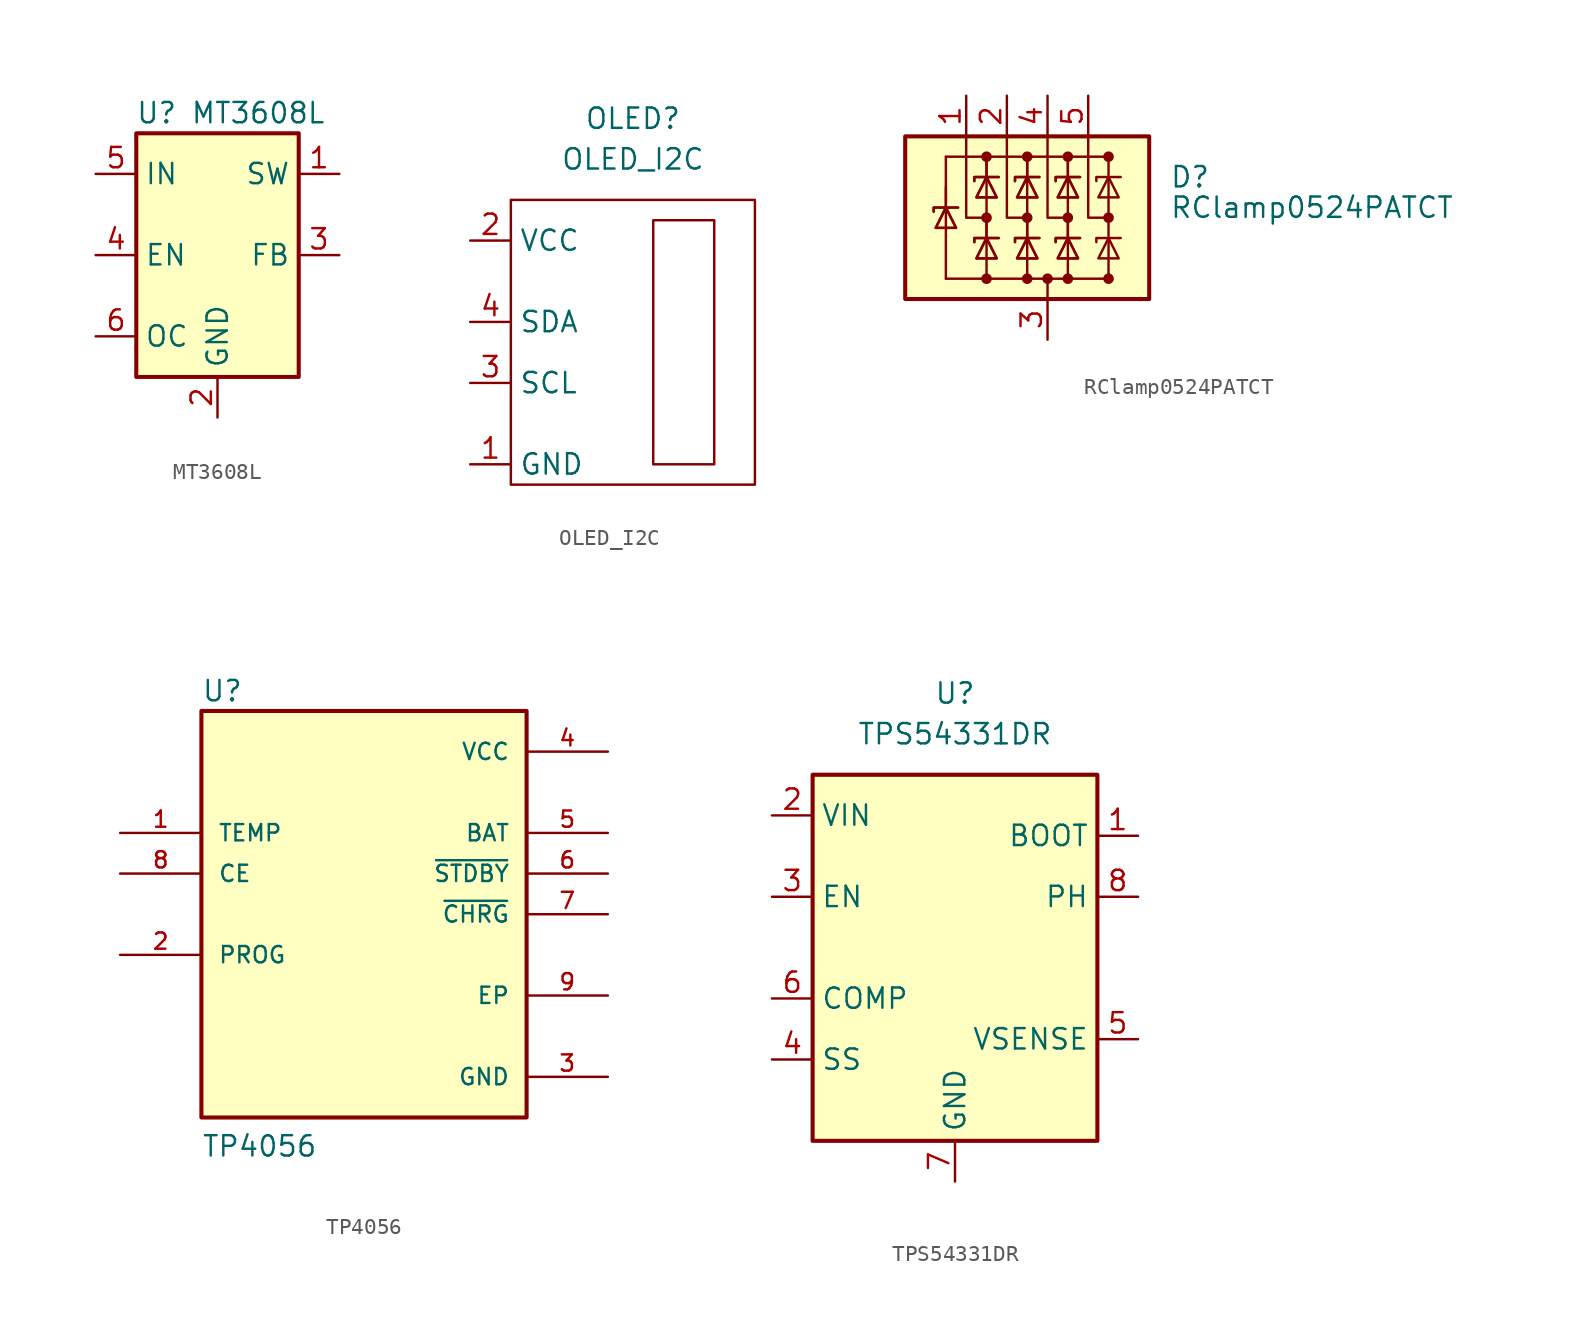
<source format=kicad_sym>
(kicad_symbol_lib
  (version 20220914)
  (generator kicad_symbol_editor)
  (symbol "MT3608L"
    (property "Reference" "U"
      (at -3.81 6.35 0)
      (effects (font (size 1.27 1.27))))
    (property "Value" "MT3608L"
      (at 2.54 6.35 0)
      (effects (font (size 1.27 1.27))))
    (symbol "MT3608L_0_1"
      (rectangle (start -5.08 5.08) (end 5.08 -10.16) (stroke (width 0.254) (type default)) (fill (type background))))
    (symbol "MT3608L_1_1"
      (pin passive line (at 7.62 2.54 180) (length 2.54) (name "SW" (effects (font (size 1.27 1.27)))) (number "1" (effects (font (size 1.27 1.27)))))
      (pin power_in line (at 0 -12.7 90) (length 2.54) (name "GND" (effects (font (size 1.27 1.27)))) (number "2" (effects (font (size 1.27 1.27)))))
      (pin input line (at 7.62 -2.54 180) (length 2.54) (name "FB" (effects (font (size 1.27 1.27)))) (number "3" (effects (font (size 1.27 1.27)))))
      (pin input line (at -7.62 -2.54 0) (length 2.54) (name "EN" (effects (font (size 1.27 1.27)))) (number "4" (effects (font (size 1.27 1.27)))))
      (pin power_in line (at -7.62 2.54 0) (length 2.54) (name "IN" (effects (font (size 1.27 1.27)))) (number "5" (effects (font (size 1.27 1.27)))))
      (pin passive line (at -7.62 -7.62 0) (length 2.54) (name "OC" (effects (font (size 1.27 1.27)))) (number "6" (effects (font (size 1.27 1.27)))))))
  (symbol "OLED_I2C"
    (property "Reference" "OLED"
      (at 0 13.97 0)
      (effects (font (size 1.27 1.27))))
    (property "Value" "OLED_I2C"
      (at 0 11.43 0)
      (effects (font (size 1.27 1.27))))
    (symbol "OLED_I2C_0_1"
      (rectangle (start -7.62 8.89) (end 7.62 -8.89) (stroke (width 0) (type default)) (fill (type none)))
      (rectangle (start 1.27 7.62) (end 5.08 -7.62) (stroke (width 0) (type default)) (fill (type none))))
    (symbol "OLED_I2C_1_1"
      (pin power_in line (at -10.16 -7.62 0) (length 2.54) (name "GND" (effects (font (size 1.27 1.27)))) (number "1" (effects (font (size 1.27 1.27)))))
      (pin power_in line (at -10.16 6.35 0) (length 2.54) (name "VCC" (effects (font (size 1.27 1.27)))) (number "2" (effects (font (size 1.27 1.27)))))
      (pin input line (at -10.16 -2.54 0) (length 2.54) (name "SCL" (effects (font (size 1.27 1.27)))) (number "3" (effects (font (size 1.27 1.27)))))
      (pin bidirectional line (at -10.16 1.27 0) (length 2.54) (name "SDA" (effects (font (size 1.27 1.27)))) (number "4" (effects (font (size 1.27 1.27)))))))
  (symbol "RClamp0524PATCT"
    (pin_names hide)
    (property "Reference" "D"
      (at 8.89 2.54 0)
      (effects (font (size 1.27 1.27)) (justify left)))
    (property "Value" "RClamp0524PATCT"
      (at 8.89 0.635 0)
      (effects (font (size 1.27 1.27)) (justify left)))
    (symbol "RClamp0524PATCT_0_0"
      (pin passive line (at 1.27 -7.62 90) (length 2.54) (name "A" (effects (font (size 1.27 1.27)))) (number "3" (effects (font (size 1.27 1.27))))))
    (symbol "RClamp0524PATCT_0_1"
      (rectangle (start -7.62 5.08) (end 7.62 -5.08) (stroke (width 0.254) (type default)) (fill (type background)))
      (circle (center -2.54 -3.81) (radius 0.254) (stroke (width 0) (type default)) (fill (type outline)))
      (circle (center -2.54 0) (radius 0.254) (stroke (width 0) (type default)) (fill (type outline)))
      (circle (center -2.54 3.81) (radius 0.254) (stroke (width 0) (type default)) (fill (type outline)))
      (circle (center 0 -3.81) (radius 0.254) (stroke (width 0) (type default)) (fill (type outline)))
      (polyline (pts (xy -5.08 0.635) (xy -5.08 -3.81)) (stroke (width 0) (type default)) (fill (type none)))
      (polyline (pts (xy -5.08 1.905) (xy -5.08 0.635)) (stroke (width 0) (type default)) (fill (type none)))
      (polyline (pts (xy -5.08 3.81) (xy -5.08 0.635)) (stroke (width 0) (type default)) (fill (type none)))
      (polyline (pts (xy -2.54 -3.81) (xy -5.08 -3.81)) (stroke (width 0) (type default)) (fill (type none)))
      (polyline (pts (xy -2.54 0) (xy -2.54 -1.27)) (stroke (width 0) (type default)) (fill (type none)))
      (polyline (pts (xy -2.54 2.54) (xy -2.54 -1.27)) (stroke (width 0) (type default)) (fill (type none)))
      (polyline (pts (xy -2.54 3.81) (xy -2.54 2.54)) (stroke (width 0) (type default)) (fill (type none)))
      (polyline (pts (xy -2.54 3.81) (xy -2.54 2.54)) (stroke (width 0) (type default)) (fill (type none)))
      (polyline (pts (xy 0 0) (xy 0 -1.27)) (stroke (width 0) (type default)) (fill (type none)))
      (polyline (pts (xy 0 2.54) (xy 0 -1.27)) (stroke (width 0) (type default)) (fill (type none)))
      (polyline (pts (xy 0 3.81) (xy 0 2.54)) (stroke (width 0) (type default)) (fill (type none)))
      (polyline (pts (xy 0 3.81) (xy 0 2.54)) (stroke (width 0) (type default)) (fill (type none)))
      (polyline (pts (xy 1.27 -5.08) (xy 1.27 -3.81)) (stroke (width 0) (type default)) (fill (type none)))
      (polyline (pts (xy 2.54 0) (xy 2.54 -1.27)) (stroke (width 0) (type default)) (fill (type none)))
      (polyline (pts (xy 2.54 2.54) (xy 2.54 -1.27)) (stroke (width 0) (type default)) (fill (type none)))
      (polyline (pts (xy 2.54 3.81) (xy 2.54 2.54)) (stroke (width 0) (type default)) (fill (type none)))
      (polyline (pts (xy 2.54 3.81) (xy 2.54 2.54)) (stroke (width 0) (type default)) (fill (type none)))
      (polyline (pts (xy 5.08 -3.81) (xy 5.08 2.54)) (stroke (width 0) (type default)) (fill (type none)))
      (polyline (pts (xy 5.08 3.81) (xy -5.08 3.81)) (stroke (width 0) (type default)) (fill (type none)))
      (polyline (pts (xy 5.08 3.81) (xy 5.08 2.54)) (stroke (width 0) (type default)) (fill (type none)))
      (polyline (pts (xy 5.715 -1.27) (xy 5.842 -1.27)) (stroke (width 0) (type default)) (fill (type none)))
      (polyline (pts (xy 5.715 2.54) (xy 5.842 2.54)) (stroke (width 0) (type default)) (fill (type none)))
      (polyline (pts (xy -3.81 5.08) (xy -3.81 0) (xy -2.54 0)) (stroke (width 0) (type default)) (fill (type none)))
      (polyline (pts (xy -2.54 -1.27) (xy -2.54 -3.81) (xy 0 -3.81)) (stroke (width 0) (type default)) (fill (type none)))
      (polyline (pts (xy -1.27 5.08) (xy -1.27 0) (xy 0 0)) (stroke (width 0) (type default)) (fill (type none)))
      (polyline (pts (xy 0 -1.27) (xy 0 -3.81) (xy 2.54 -3.81)) (stroke (width 0) (type default)) (fill (type none)))
      (polyline (pts (xy 1.27 5.08) (xy 1.27 0) (xy 2.54 0)) (stroke (width 0) (type default)) (fill (type none)))
      (polyline (pts (xy 3.81 5.08) (xy 3.81 0) (xy 5.08 0)) (stroke (width 0) (type default)) (fill (type none)))
      (polyline (pts (xy 5.715 -1.27) (xy 4.318 -1.27) (xy 4.318 -1.524)) (stroke (width 0) (type default)) (fill (type none)))
      (polyline (pts (xy 5.715 2.54) (xy 4.318 2.54) (xy 4.318 2.286)) (stroke (width 0) (type default)) (fill (type none)))
      (polyline (pts (xy -5.842 0.381) (xy -5.842 0.635) (xy -4.445 0.635) (xy -4.318 0.635)) (stroke (width 0) (type default)) (fill (type none)))
      (polyline (pts (xy -5.842 0.381) (xy -5.842 0.635) (xy -4.445 0.635) (xy -4.318 0.635)) (stroke (width 0) (type default)) (fill (type none)))
      (polyline (pts (xy -5.08 0.635) (xy -4.445 -0.635) (xy -5.715 -0.635) (xy -5.08 0.635)) (stroke (width 0) (type default)) (fill (type none)))
      (polyline (pts (xy -5.08 0.635) (xy -4.445 -0.635) (xy -5.715 -0.635) (xy -5.08 0.635)) (stroke (width 0) (type default)) (fill (type none)))
      (polyline (pts (xy -3.302 -1.524) (xy -3.302 -1.27) (xy -1.905 -1.27) (xy -1.778 -1.27)) (stroke (width 0) (type default)) (fill (type none)))
      (polyline (pts (xy -3.302 -1.524) (xy -3.302 -1.27) (xy -1.905 -1.27) (xy -1.778 -1.27)) (stroke (width 0) (type default)) (fill (type none)))
      (polyline (pts (xy -3.302 2.286) (xy -3.302 2.54) (xy -1.905 2.54) (xy -1.778 2.54)) (stroke (width 0) (type default)) (fill (type none)))
      (polyline (pts (xy -3.302 2.286) (xy -3.302 2.54) (xy -1.905 2.54) (xy -1.778 2.54)) (stroke (width 0) (type default)) (fill (type none)))
      (polyline (pts (xy -2.54 -1.27) (xy -1.905 -2.54) (xy -3.175 -2.54) (xy -2.54 -1.27)) (stroke (width 0) (type default)) (fill (type none)))
      (polyline (pts (xy -2.54 -1.27) (xy -1.905 -2.54) (xy -3.175 -2.54) (xy -2.54 -1.27)) (stroke (width 0) (type default)) (fill (type none)))
      (polyline (pts (xy -2.54 2.54) (xy -1.905 1.27) (xy -3.175 1.27) (xy -2.54 2.54)) (stroke (width 0) (type default)) (fill (type none)))
      (polyline (pts (xy -2.54 2.54) (xy -1.905 1.27) (xy -3.175 1.27) (xy -2.54 2.54)) (stroke (width 0) (type default)) (fill (type none)))
      (polyline (pts (xy -0.762 -1.524) (xy -0.762 -1.27) (xy 0.635 -1.27) (xy 0.762 -1.27)) (stroke (width 0) (type default)) (fill (type none)))
      (polyline (pts (xy -0.762 -1.524) (xy -0.762 -1.27) (xy 0.635 -1.27) (xy 0.762 -1.27)) (stroke (width 0) (type default)) (fill (type none)))
      (polyline (pts (xy -0.762 2.286) (xy -0.762 2.54) (xy 0.635 2.54) (xy 0.762 2.54)) (stroke (width 0) (type default)) (fill (type none)))
      (polyline (pts (xy -0.762 2.286) (xy -0.762 2.54) (xy 0.635 2.54) (xy 0.762 2.54)) (stroke (width 0) (type default)) (fill (type none)))
      (polyline (pts (xy 0 -1.27) (xy 0.635 -2.54) (xy -0.635 -2.54) (xy 0 -1.27)) (stroke (width 0) (type default)) (fill (type none)))
      (polyline (pts (xy 0 -1.27) (xy 0.635 -2.54) (xy -0.635 -2.54) (xy 0 -1.27)) (stroke (width 0) (type default)) (fill (type none)))
      (polyline (pts (xy 0 2.54) (xy 0.635 1.27) (xy -0.635 1.27) (xy 0 2.54)) (stroke (width 0) (type default)) (fill (type none)))
      (polyline (pts (xy 0 2.54) (xy 0.635 1.27) (xy -0.635 1.27) (xy 0 2.54)) (stroke (width 0) (type default)) (fill (type none)))
      (polyline (pts (xy 1.778 -1.524) (xy 1.778 -1.27) (xy 3.175 -1.27) (xy 3.302 -1.27)) (stroke (width 0) (type default)) (fill (type none)))
      (polyline (pts (xy 1.778 -1.524) (xy 1.778 -1.27) (xy 3.175 -1.27) (xy 3.302 -1.27)) (stroke (width 0) (type default)) (fill (type none)))
      (polyline (pts (xy 1.778 2.286) (xy 1.778 2.54) (xy 3.175 2.54) (xy 3.302 2.54)) (stroke (width 0) (type default)) (fill (type none)))
      (polyline (pts (xy 1.778 2.286) (xy 1.778 2.54) (xy 3.175 2.54) (xy 3.302 2.54)) (stroke (width 0) (type default)) (fill (type none)))
      (polyline (pts (xy 2.54 -1.27) (xy 2.54 -3.81) (xy 5.08 -3.81) (xy 5.08 -3.81)) (stroke (width 0) (type default)) (fill (type none)))
      (polyline (pts (xy 2.54 -1.27) (xy 3.175 -2.54) (xy 1.905 -2.54) (xy 2.54 -1.27)) (stroke (width 0) (type default)) (fill (type none)))
      (polyline (pts (xy 2.54 -1.27) (xy 3.175 -2.54) (xy 1.905 -2.54) (xy 2.54 -1.27)) (stroke (width 0) (type default)) (fill (type none)))
      (polyline (pts (xy 2.54 2.54) (xy 3.175 1.27) (xy 1.905 1.27) (xy 2.54 2.54)) (stroke (width 0) (type default)) (fill (type none)))
      (polyline (pts (xy 2.54 2.54) (xy 3.175 1.27) (xy 1.905 1.27) (xy 2.54 2.54)) (stroke (width 0) (type default)) (fill (type none)))
      (polyline (pts (xy 5.715 -2.54) (xy 4.445 -2.54) (xy 5.08 -1.27) (xy 5.715 -2.54)) (stroke (width 0) (type default)) (fill (type none)))
      (polyline (pts (xy 5.715 1.27) (xy 4.445 1.27) (xy 5.08 2.54) (xy 5.715 1.27)) (stroke (width 0) (type default)) (fill (type none)))
      (circle (center 0 0) (radius 0.254) (stroke (width 0) (type default)) (fill (type outline)))
      (circle (center 0 3.81) (radius 0.254) (stroke (width 0) (type default)) (fill (type outline)))
      (circle (center 1.27 -3.81) (radius 0.254) (stroke (width 0) (type default)) (fill (type outline)))
      (circle (center 2.54 -3.81) (radius 0.254) (stroke (width 0) (type default)) (fill (type outline)))
      (circle (center 2.54 0) (radius 0.254) (stroke (width 0) (type default)) (fill (type outline)))
      (circle (center 2.54 3.81) (radius 0.254) (stroke (width 0) (type default)) (fill (type outline)))
      (circle (center 5.08 -3.81) (radius 0.254) (stroke (width 0) (type default)) (fill (type outline)))
      (circle (center 5.08 0) (radius 0.254) (stroke (width 0) (type default)) (fill (type outline)))
      (circle (center 5.08 3.81) (radius 0.254) (stroke (width 0) (type default)) (fill (type outline))))
    (symbol "RClamp0524PATCT_1_1"
      (pin passive line (at -3.81 7.62 270) (length 2.54) (name "K1" (effects (font (size 1.27 1.27)))) (number "1" (effects (font (size 1.27 1.27)))))
      (pin passive line (at -1.27 7.62 270) (length 2.54) (name "K2" (effects (font (size 1.27 1.27)))) (number "2" (effects (font (size 1.27 1.27)))))
      (pin passive line (at 1.27 7.62 270) (length 2.54) (name "K3" (effects (font (size 1.27 1.27)))) (number "4" (effects (font (size 1.27 1.27)))))
      (pin passive line (at 3.81 7.62 270) (length 2.54) (name "K4" (effects (font (size 1.27 1.27)))) (number "5" (effects (font (size 1.27 1.27)))))))
  (symbol "TP4056"
    (pin_names
      (offset 1.016))
    (property "Reference" "U"
      (at -10.16 13.208 0)
      (effects (font (size 1.27 1.27)) (justify left bottom)))
    (property "Value" "TP4056"
      (at -10.16 -15.24 0)
      (effects (font (size 1.27 1.27)) (justify left bottom)))
    (property "ki_locked" ""
      (at 0 0 0)
      (effects (font (size 1.27 1.27))))
    (symbol "TP4056_0_0"
      (rectangle (start -10.16 -12.7) (end 10.16 12.7) (stroke (width 0.254) (type default)) (fill (type background)))
      (pin input line (at -15.24 5.08 0) (length 5.08) (name "TEMP" (effects (font (size 1.016 1.016)))) (number "1" (effects (font (size 1.016 1.016)))))
      (pin bidirectional line (at -15.24 -2.54 0) (length 5.08) (name "PROG" (effects (font (size 1.016 1.016)))) (number "2" (effects (font (size 1.016 1.016)))))
      (pin power_in line (at 15.24 -10.16 180) (length 5.08) (name "GND" (effects (font (size 1.016 1.016)))) (number "3" (effects (font (size 1.016 1.016)))))
      (pin power_in line (at 15.24 10.16 180) (length 5.08) (name "VCC" (effects (font (size 1.016 1.016)))) (number "4" (effects (font (size 1.016 1.016)))))
      (pin output line (at 15.24 5.08 180) (length 5.08) (name "BAT" (effects (font (size 1.016 1.016)))) (number "5" (effects (font (size 1.016 1.016)))))
      (pin output line (at 15.24 2.54 180) (length 5.08) (name "~{STDBY}" (effects (font (size 1.016 1.016)))) (number "6" (effects (font (size 1.016 1.016)))))
      (pin output line (at 15.24 0 180) (length 5.08) (name "~{CHRG}" (effects (font (size 1.016 1.016)))) (number "7" (effects (font (size 1.016 1.016)))))
      (pin input line (at -15.24 2.54 0) (length 5.08) (name "CE" (effects (font (size 1.016 1.016)))) (number "8" (effects (font (size 1.016 1.016)))))
      (pin passive line (at 15.24 -5.08 180) (length 5.08) (name "EP" (effects (font (size 1.016 1.016)))) (number "9" (effects (font (size 1.016 1.016)))))))
  (symbol "TPS54331DR"
    (property "Reference" "U"
      (at 0 16.51 0)
      (effects (font (size 1.27 1.27))))
    (property "Value" "TPS54331DR"
      (at 0 13.97 0)
      (effects (font (size 1.27 1.27))))
    (symbol "TPS54331DR_1_1"
      (rectangle (start -8.89 11.43) (end 8.89 -11.43) (stroke (width 0.254) (type default)) (fill (type background)))
      (pin input line (at 11.43 7.62 180) (length 2.54) (name "BOOT" (effects (font (size 1.27 1.27)))) (number "1" (effects (font (size 1.27 1.27)))))
      (pin power_in line (at -11.43 8.89 0) (length 2.54) (name "VIN" (effects (font (size 1.27 1.27)))) (number "2" (effects (font (size 1.27 1.27)))))
      (pin input line (at -11.43 3.81 0) (length 2.54) (name "EN" (effects (font (size 1.27 1.27)))) (number "3" (effects (font (size 1.27 1.27)))))
      (pin input line (at -11.43 -6.35 0) (length 2.54) (name "SS" (effects (font (size 1.27 1.27)))) (number "4" (effects (font (size 1.27 1.27)))))
      (pin input line (at 11.43 -5.08 180) (length 2.54) (name "VSENSE" (effects (font (size 1.27 1.27)))) (number "5" (effects (font (size 1.27 1.27)))))
      (pin passive line (at -11.43 -2.54 0) (length 2.54) (name "COMP" (effects (font (size 1.27 1.27)))) (number "6" (effects (font (size 1.27 1.27)))))
      (pin power_in line (at 0 -13.97 90) (length 2.54) (name "GND" (effects (font (size 1.27 1.27)))) (number "7" (effects (font (size 1.27 1.27)))))
      (pin output line (at 11.43 3.81 180) (length 2.54) (name "PH" (effects (font (size 1.27 1.27)))) (number "8" (effects (font (size 1.27 1.27))))))))
</source>
